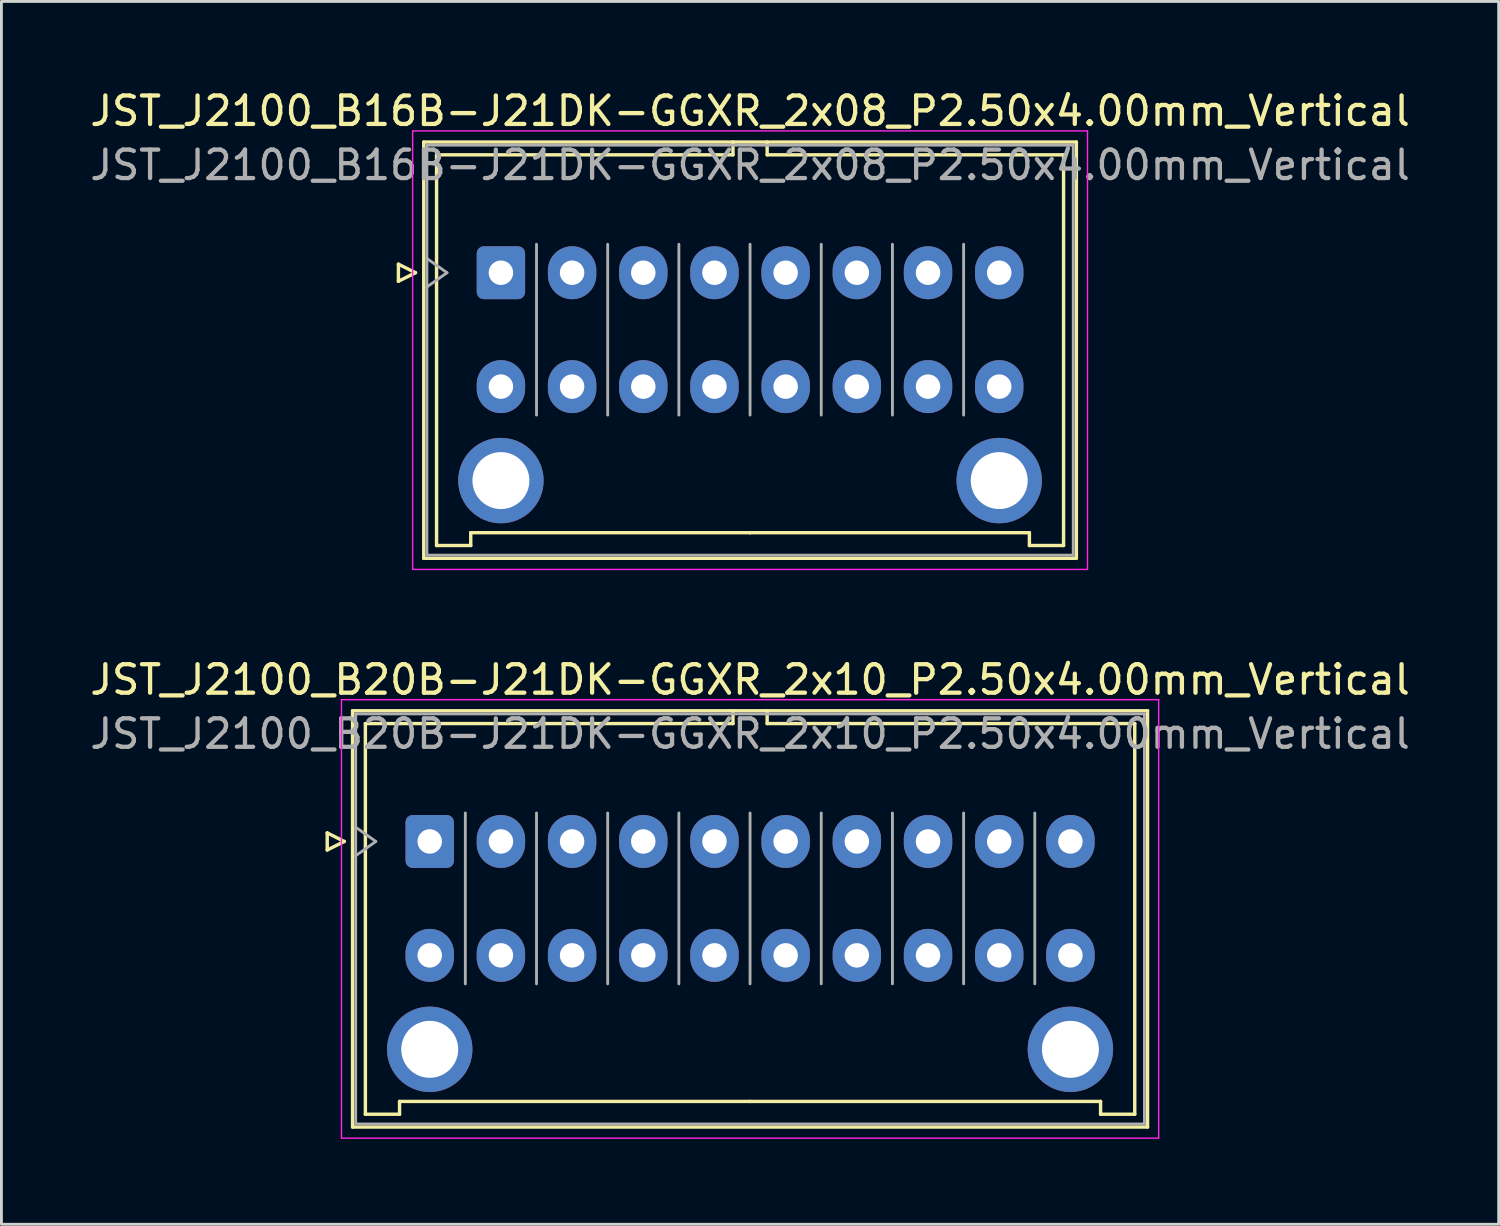
<source format=kicad_pcb>
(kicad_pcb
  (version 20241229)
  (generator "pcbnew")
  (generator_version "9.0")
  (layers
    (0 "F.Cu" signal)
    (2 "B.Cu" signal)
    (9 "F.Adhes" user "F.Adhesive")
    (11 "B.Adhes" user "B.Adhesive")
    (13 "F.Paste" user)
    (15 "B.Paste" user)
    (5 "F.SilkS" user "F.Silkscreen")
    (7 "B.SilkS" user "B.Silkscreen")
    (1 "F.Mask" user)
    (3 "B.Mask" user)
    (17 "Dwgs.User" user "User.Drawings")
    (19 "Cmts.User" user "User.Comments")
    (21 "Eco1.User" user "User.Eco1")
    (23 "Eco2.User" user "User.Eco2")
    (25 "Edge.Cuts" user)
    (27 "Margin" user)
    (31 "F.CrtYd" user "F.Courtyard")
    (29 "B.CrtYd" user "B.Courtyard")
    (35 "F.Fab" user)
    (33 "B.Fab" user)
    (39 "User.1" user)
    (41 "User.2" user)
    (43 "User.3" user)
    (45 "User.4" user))
  (footprint "JST_J2100_B20B-J21DK-GGXR_2x10_P2.50x4.00mm_Vertical"
    (layer "F.Cu")
    (at 12.042 26.502)
    (property "Reference" "JST_J2100_B20B-J21DK-GGXR_2x10_P2.50x4.00mm_Vertical" (at 11.25 -5.68 0) (layer "F.SilkS") (effects (font (size 1 1) (thickness 0.15))))
    (attr through_hole)
    (fp_line (start -3.6 -0.3) (end -3 0) (stroke (width 0.12) (type solid)) (layer "F.SilkS"))
    (fp_line (start -3.6 0.3) (end -3.6 -0.3) (stroke (width 0.12) (type solid)) (layer "F.SilkS"))
    (fp_line (start -3 0) (end -3.6 0.3) (stroke (width 0.12) (type solid)) (layer "F.SilkS"))
    (fp_line (start -2.71 -4.59) (end -2.71 10.03) (stroke (width 0.12) (type solid)) (layer "F.SilkS"))
    (fp_line (start -2.71 10.03) (end 25.21 10.03) (stroke (width 0.12) (type solid)) (layer "F.SilkS"))
    (fp_line (start -2.26 -4.14) (end -2.26 9.58) (stroke (width 0.12) (type solid)) (layer "F.SilkS"))
    (fp_line (start -2.26 9.58) (end -1.06 9.58) (stroke (width 0.12) (type solid)) (layer "F.SilkS"))
    (fp_line (start -1.06 9.13) (end 11.25 9.13) (stroke (width 0.12) (type solid)) (layer "F.SilkS"))
    (fp_line (start -1.06 9.58) (end -1.06 9.13) (stroke (width 0.12) (type solid)) (layer "F.SilkS"))
    (fp_line (start 10.65 -4.59) (end 10.65 -4.14) (stroke (width 0.12) (type solid)) (layer "F.SilkS"))
    (fp_line (start 10.65 -4.14) (end -2.26 -4.14) (stroke (width 0.12) (type solid)) (layer "F.SilkS"))
    (fp_line (start 11.85 -4.59) (end 11.85 -4.14) (stroke (width 0.12) (type solid)) (layer "F.SilkS"))
    (fp_line (start 11.85 -4.14) (end 24.76 -4.14) (stroke (width 0.12) (type solid)) (layer "F.SilkS"))
    (fp_line (start 23.56 9.13) (end 11.25 9.13) (stroke (width 0.12) (type solid)) (layer "F.SilkS"))
    (fp_line (start 23.56 9.58) (end 23.56 9.13) (stroke (width 0.12) (type solid)) (layer "F.SilkS"))
    (fp_line (start 24.76 -4.14) (end 24.76 9.58) (stroke (width 0.12) (type solid)) (layer "F.SilkS"))
    (fp_line (start 24.76 9.58) (end 23.56 9.58) (stroke (width 0.12) (type solid)) (layer "F.SilkS"))
    (fp_line (start 25.21 -4.59) (end -2.71 -4.59) (stroke (width 0.12) (type solid)) (layer "F.SilkS"))
    (fp_line (start 25.21 10.03) (end 25.21 -4.59) (stroke (width 0.12) (type solid)) (layer "F.SilkS"))
    (fp_line (start -3.1 -4.98) (end -3.1 10.42) (stroke (width 0.05) (type solid)) (layer "F.CrtYd"))
    (fp_line (start -3.1 10.42) (end 25.6 10.42) (stroke (width 0.05) (type solid)) (layer "F.CrtYd"))
    (fp_line (start 25.6 -4.98) (end -3.1 -4.98) (stroke (width 0.05) (type solid)) (layer "F.CrtYd"))
    (fp_line (start 25.6 10.42) (end 25.6 -4.98) (stroke (width 0.05) (type solid)) (layer "F.CrtYd"))
    (fp_line (start -2.6 -4.48) (end -2.6 9.92) (stroke (width 0.1) (type solid)) (layer "F.Fab"))
    (fp_line (start -2.6 0.5) (end -1.893 0) (stroke (width 0.1) (type solid)) (layer "F.Fab"))
    (fp_line (start -2.6 9.92) (end 25.1 9.92) (stroke (width 0.1) (type solid)) (layer "F.Fab"))
    (fp_line (start -1.893 0) (end -2.6 -0.5) (stroke (width 0.1) (type solid)) (layer "F.Fab"))
    (fp_line (start 1.25 5) (end 1.25 -1) (stroke (width 0.1) (type solid)) (layer "F.Fab"))
    (fp_line (start 3.75 5) (end 3.75 -1) (stroke (width 0.1) (type solid)) (layer "F.Fab"))
    (fp_line (start 6.25 5) (end 6.25 -1) (stroke (width 0.1) (type solid)) (layer "F.Fab"))
    (fp_line (start 8.75 5) (end 8.75 -1) (stroke (width 0.1) (type solid)) (layer "F.Fab"))
    (fp_line (start 11.25 5) (end 11.25 -1) (stroke (width 0.1) (type solid)) (layer "F.Fab"))
    (fp_line (start 13.75 5) (end 13.75 -1) (stroke (width 0.1) (type solid)) (layer "F.Fab"))
    (fp_line (start 16.25 5) (end 16.25 -1) (stroke (width 0.1) (type solid)) (layer "F.Fab"))
    (fp_line (start 18.75 5) (end 18.75 -1) (stroke (width 0.1) (type solid)) (layer "F.Fab"))
    (fp_line (start 21.25 5) (end 21.25 -1) (stroke (width 0.1) (type solid)) (layer "F.Fab"))
    (fp_line (start 25.1 -4.48) (end -2.6 -4.48) (stroke (width 0.1) (type solid)) (layer "F.Fab"))
    (fp_line (start 25.1 9.92) (end 25.1 -4.48) (stroke (width 0.1) (type solid)) (layer "F.Fab"))
    (fp_text user "${REFERENCE}" (at 11.25 -3.78 0) (layer "F.Fab") (effects (font (size 1 1) (thickness 0.15))))
    (pad "" thru_hole circle (at 0 7.3) (size 3 3) (drill 2) (layers "*.Cu" "*.Mask"))
    (pad "" thru_hole circle (at 22.5 7.3) (size 3 3) (drill 2) (layers "*.Cu" "*.Mask"))
    (pad "1" thru_hole roundrect (at 0 0) (size 1.7 1.86) (drill 0.86) (layers "*.Cu" "*.Mask") (roundrect_rratio 0.147))
    (pad "2" thru_hole oval (at 2.5 0) (size 1.7 1.86) (drill 0.86) (layers "*.Cu" "*.Mask"))
    (pad "3" thru_hole oval (at 5 0) (size 1.7 1.86) (drill 0.86) (layers "*.Cu" "*.Mask"))
    (pad "4" thru_hole oval (at 7.5 0) (size 1.7 1.86) (drill 0.86) (layers "*.Cu" "*.Mask"))
    (pad "5" thru_hole oval (at 10 0) (size 1.7 1.86) (drill 0.86) (layers "*.Cu" "*.Mask"))
    (pad "6" thru_hole oval (at 12.5 0) (size 1.7 1.86) (drill 0.86) (layers "*.Cu" "*.Mask"))
    (pad "7" thru_hole oval (at 15 0) (size 1.7 1.86) (drill 0.86) (layers "*.Cu" "*.Mask"))
    (pad "8" thru_hole oval (at 17.5 0) (size 1.7 1.86) (drill 0.86) (layers "*.Cu" "*.Mask"))
    (pad "9" thru_hole oval (at 20 0) (size 1.7 1.86) (drill 0.86) (layers "*.Cu" "*.Mask"))
    (pad "10" thru_hole oval (at 22.5 0) (size 1.7 1.86) (drill 0.86) (layers "*.Cu" "*.Mask"))
    (pad "11" thru_hole oval (at 0 4) (size 1.7 1.86) (drill 0.86) (layers "*.Cu" "*.Mask"))
    (pad "12" thru_hole oval (at 2.5 4) (size 1.7 1.86) (drill 0.86) (layers "*.Cu" "*.Mask"))
    (pad "13" thru_hole oval (at 5 4) (size 1.7 1.86) (drill 0.86) (layers "*.Cu" "*.Mask"))
    (pad "14" thru_hole oval (at 7.5 4) (size 1.7 1.86) (drill 0.86) (layers "*.Cu" "*.Mask"))
    (pad "15" thru_hole oval (at 10 4) (size 1.7 1.86) (drill 0.86) (layers "*.Cu" "*.Mask"))
    (pad "16" thru_hole oval (at 12.5 4) (size 1.7 1.86) (drill 0.86) (layers "*.Cu" "*.Mask"))
    (pad "17" thru_hole oval (at 15 4) (size 1.7 1.86) (drill 0.86) (layers "*.Cu" "*.Mask"))
    (pad "18" thru_hole oval (at 17.5 4) (size 1.7 1.86) (drill 0.86) (layers "*.Cu" "*.Mask"))
    (pad "19" thru_hole oval (at 20 4) (size 1.7 1.86) (drill 0.86) (layers "*.Cu" "*.Mask"))
    (pad "20" thru_hole oval (at 22.5 4) (size 1.7 1.86) (drill 0.86) (layers "*.Cu" "*.Mask")))
  (footprint "JST_J2100_B16B-J21DK-GGXR_2x08_P2.50x4.00mm_Vertical"
    (layer "F.Cu")
    (at 14.542 6.528)
    (property "Reference" "JST_J2100_B16B-J21DK-GGXR_2x08_P2.50x4.00mm_Vertical" (at 8.75 -5.68 0) (layer "F.SilkS") (effects (font (size 1 1) (thickness 0.15))))
    (attr through_hole)
    (fp_line (start -3.6 -0.3) (end -3 0) (stroke (width 0.12) (type solid)) (layer "F.SilkS"))
    (fp_line (start -3.6 0.3) (end -3.6 -0.3) (stroke (width 0.12) (type solid)) (layer "F.SilkS"))
    (fp_line (start -3 0) (end -3.6 0.3) (stroke (width 0.12) (type solid)) (layer "F.SilkS"))
    (fp_line (start -2.71 -4.59) (end -2.71 10.03) (stroke (width 0.12) (type solid)) (layer "F.SilkS"))
    (fp_line (start -2.71 10.03) (end 20.21 10.03) (stroke (width 0.12) (type solid)) (layer "F.SilkS"))
    (fp_line (start -2.26 -4.14) (end -2.26 9.58) (stroke (width 0.12) (type solid)) (layer "F.SilkS"))
    (fp_line (start -2.26 9.58) (end -1.06 9.58) (stroke (width 0.12) (type solid)) (layer "F.SilkS"))
    (fp_line (start -1.06 9.13) (end 8.75 9.13) (stroke (width 0.12) (type solid)) (layer "F.SilkS"))
    (fp_line (start -1.06 9.58) (end -1.06 9.13) (stroke (width 0.12) (type solid)) (layer "F.SilkS"))
    (fp_line (start 8.15 -4.59) (end 8.15 -4.14) (stroke (width 0.12) (type solid)) (layer "F.SilkS"))
    (fp_line (start 8.15 -4.14) (end -2.26 -4.14) (stroke (width 0.12) (type solid)) (layer "F.SilkS"))
    (fp_line (start 9.35 -4.59) (end 9.35 -4.14) (stroke (width 0.12) (type solid)) (layer "F.SilkS"))
    (fp_line (start 9.35 -4.14) (end 19.76 -4.14) (stroke (width 0.12) (type solid)) (layer "F.SilkS"))
    (fp_line (start 18.56 9.13) (end 8.75 9.13) (stroke (width 0.12) (type solid)) (layer "F.SilkS"))
    (fp_line (start 18.56 9.58) (end 18.56 9.13) (stroke (width 0.12) (type solid)) (layer "F.SilkS"))
    (fp_line (start 19.76 -4.14) (end 19.76 9.58) (stroke (width 0.12) (type solid)) (layer "F.SilkS"))
    (fp_line (start 19.76 9.58) (end 18.56 9.58) (stroke (width 0.12) (type solid)) (layer "F.SilkS"))
    (fp_line (start 20.21 -4.59) (end -2.71 -4.59) (stroke (width 0.12) (type solid)) (layer "F.SilkS"))
    (fp_line (start 20.21 10.03) (end 20.21 -4.59) (stroke (width 0.12) (type solid)) (layer "F.SilkS"))
    (fp_line (start -3.1 -4.98) (end -3.1 10.42) (stroke (width 0.05) (type solid)) (layer "F.CrtYd"))
    (fp_line (start -3.1 10.42) (end 20.6 10.42) (stroke (width 0.05) (type solid)) (layer "F.CrtYd"))
    (fp_line (start 20.6 -4.98) (end -3.1 -4.98) (stroke (width 0.05) (type solid)) (layer "F.CrtYd"))
    (fp_line (start 20.6 10.42) (end 20.6 -4.98) (stroke (width 0.05) (type solid)) (layer "F.CrtYd"))
    (fp_line (start -2.6 -4.48) (end -2.6 9.92) (stroke (width 0.1) (type solid)) (layer "F.Fab"))
    (fp_line (start -2.6 0.5) (end -1.893 0) (stroke (width 0.1) (type solid)) (layer "F.Fab"))
    (fp_line (start -2.6 9.92) (end 20.1 9.92) (stroke (width 0.1) (type solid)) (layer "F.Fab"))
    (fp_line (start -1.893 0) (end -2.6 -0.5) (stroke (width 0.1) (type solid)) (layer "F.Fab"))
    (fp_line (start 1.25 5) (end 1.25 -1) (stroke (width 0.1) (type solid)) (layer "F.Fab"))
    (fp_line (start 3.75 5) (end 3.75 -1) (stroke (width 0.1) (type solid)) (layer "F.Fab"))
    (fp_line (start 6.25 5) (end 6.25 -1) (stroke (width 0.1) (type solid)) (layer "F.Fab"))
    (fp_line (start 8.75 5) (end 8.75 -1) (stroke (width 0.1) (type solid)) (layer "F.Fab"))
    (fp_line (start 11.25 5) (end 11.25 -1) (stroke (width 0.1) (type solid)) (layer "F.Fab"))
    (fp_line (start 13.75 5) (end 13.75 -1) (stroke (width 0.1) (type solid)) (layer "F.Fab"))
    (fp_line (start 16.25 5) (end 16.25 -1) (stroke (width 0.1) (type solid)) (layer "F.Fab"))
    (fp_line (start 20.1 -4.48) (end -2.6 -4.48) (stroke (width 0.1) (type solid)) (layer "F.Fab"))
    (fp_line (start 20.1 9.92) (end 20.1 -4.48) (stroke (width 0.1) (type solid)) (layer "F.Fab"))
    (fp_text user "${REFERENCE}" (at 8.75 -3.78 0) (layer "F.Fab") (effects (font (size 1 1) (thickness 0.15))))
    (pad "" thru_hole circle (at 0 7.3) (size 3 3) (drill 2) (layers "*.Cu" "*.Mask"))
    (pad "" thru_hole circle (at 17.5 7.3) (size 3 3) (drill 2) (layers "*.Cu" "*.Mask"))
    (pad "1" thru_hole roundrect (at 0 0) (size 1.7 1.86) (drill 0.86) (layers "*.Cu" "*.Mask") (roundrect_rratio 0.147))
    (pad "2" thru_hole oval (at 2.5 0) (size 1.7 1.86) (drill 0.86) (layers "*.Cu" "*.Mask"))
    (pad "3" thru_hole oval (at 5 0) (size 1.7 1.86) (drill 0.86) (layers "*.Cu" "*.Mask"))
    (pad "4" thru_hole oval (at 7.5 0) (size 1.7 1.86) (drill 0.86) (layers "*.Cu" "*.Mask"))
    (pad "5" thru_hole oval (at 10 0) (size 1.7 1.86) (drill 0.86) (layers "*.Cu" "*.Mask"))
    (pad "6" thru_hole oval (at 12.5 0) (size 1.7 1.86) (drill 0.86) (layers "*.Cu" "*.Mask"))
    (pad "7" thru_hole oval (at 15 0) (size 1.7 1.86) (drill 0.86) (layers "*.Cu" "*.Mask"))
    (pad "8" thru_hole oval (at 17.5 0) (size 1.7 1.86) (drill 0.86) (layers "*.Cu" "*.Mask"))
    (pad "9" thru_hole oval (at 0 4) (size 1.7 1.86) (drill 0.86) (layers "*.Cu" "*.Mask"))
    (pad "10" thru_hole oval (at 2.5 4) (size 1.7 1.86) (drill 0.86) (layers "*.Cu" "*.Mask"))
    (pad "11" thru_hole oval (at 5 4) (size 1.7 1.86) (drill 0.86) (layers "*.Cu" "*.Mask"))
    (pad "12" thru_hole oval (at 7.5 4) (size 1.7 1.86) (drill 0.86) (layers "*.Cu" "*.Mask"))
    (pad "13" thru_hole oval (at 10 4) (size 1.7 1.86) (drill 0.86) (layers "*.Cu" "*.Mask"))
    (pad "14" thru_hole oval (at 12.5 4) (size 1.7 1.86) (drill 0.86) (layers "*.Cu" "*.Mask"))
    (pad "15" thru_hole oval (at 15 4) (size 1.7 1.86) (drill 0.86) (layers "*.Cu" "*.Mask"))
    (pad "16" thru_hole oval (at 17.5 4) (size 1.7 1.86) (drill 0.86) (layers "*.Cu" "*.Mask")))
  (gr_rect
    (start -3 -3)
    (end 49.583 39.947)
    (stroke (width 0.1) (type default))
    (fill no)
    (layer "Edge.Cuts")))
</source>
